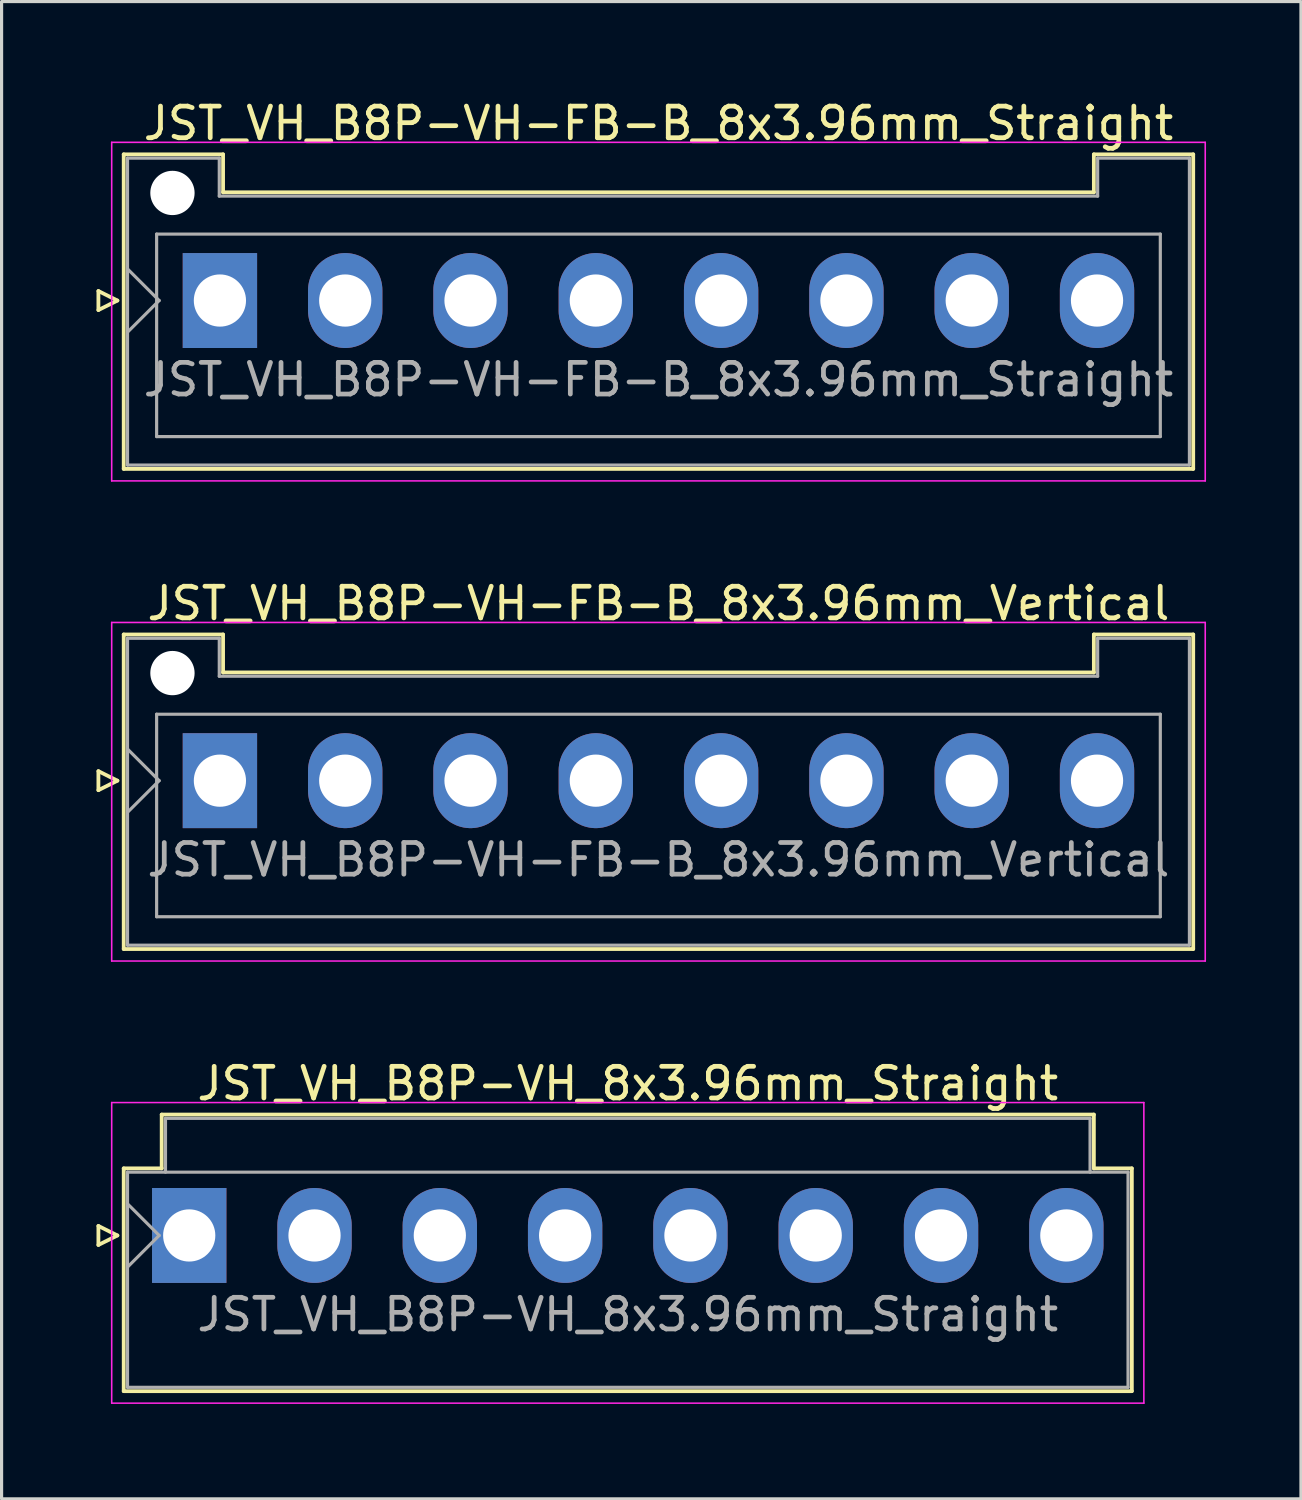
<source format=kicad_pcb>
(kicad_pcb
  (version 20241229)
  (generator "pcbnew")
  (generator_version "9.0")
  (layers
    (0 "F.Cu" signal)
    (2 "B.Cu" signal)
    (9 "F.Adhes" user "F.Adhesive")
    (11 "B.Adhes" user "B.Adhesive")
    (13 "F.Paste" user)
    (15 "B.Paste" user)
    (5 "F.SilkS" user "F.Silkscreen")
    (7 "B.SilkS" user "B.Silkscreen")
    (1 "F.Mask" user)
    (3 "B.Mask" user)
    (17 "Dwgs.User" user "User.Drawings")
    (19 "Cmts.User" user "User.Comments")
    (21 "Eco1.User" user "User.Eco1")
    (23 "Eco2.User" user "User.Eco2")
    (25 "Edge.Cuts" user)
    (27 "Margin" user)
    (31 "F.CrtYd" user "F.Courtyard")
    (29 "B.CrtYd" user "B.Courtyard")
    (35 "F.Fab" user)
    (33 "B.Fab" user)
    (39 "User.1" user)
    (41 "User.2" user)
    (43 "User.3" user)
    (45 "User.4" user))
  (footprint "JST_VH_B8P-VH_8x3.96mm_Straight"
    (layer "F.Cu")
    (at 2.93 35.995)
    (property "Reference" "JST_VH_B8P-VH_8x3.96mm_Straight" (at 13.86 -4.8 0) (layer "F.SilkS") (effects (font (size 1 1) (thickness 0.15))))
    (attr through_hole)
    (fp_line (start -2.87 -0.3) (end -2.27 0) (stroke (width 0.12) (type solid)) (layer "F.SilkS"))
    (fp_line (start -2.87 0.3) (end -2.87 -0.3) (stroke (width 0.12) (type solid)) (layer "F.SilkS"))
    (fp_line (start -2.27 0) (end -2.87 0.3) (stroke (width 0.12) (type solid)) (layer "F.SilkS"))
    (fp_line (start -2.07 -2.12) (end -0.87 -2.12) (stroke (width 0.12) (type solid)) (layer "F.SilkS"))
    (fp_line (start -2.07 4.92) (end -2.07 -2.12) (stroke (width 0.12) (type solid)) (layer "F.SilkS"))
    (fp_line (start -0.87 -3.82) (end 28.59 -3.82) (stroke (width 0.12) (type solid)) (layer "F.SilkS"))
    (fp_line (start -0.87 -2.12) (end -0.87 -3.82) (stroke (width 0.12) (type solid)) (layer "F.SilkS"))
    (fp_line (start 28.59 -3.82) (end 28.59 -2.12) (stroke (width 0.12) (type solid)) (layer "F.SilkS"))
    (fp_line (start 28.59 -2.12) (end 29.79 -2.12) (stroke (width 0.12) (type solid)) (layer "F.SilkS"))
    (fp_line (start 29.79 -2.12) (end 29.79 4.92) (stroke (width 0.12) (type solid)) (layer "F.SilkS"))
    (fp_line (start 29.79 4.92) (end -2.07 4.92) (stroke (width 0.12) (type solid)) (layer "F.SilkS"))
    (fp_line (start -2.45 -4.2) (end -2.45 5.3) (stroke (width 0.05) (type solid)) (layer "F.CrtYd"))
    (fp_line (start -2.45 5.3) (end 30.17 5.3) (stroke (width 0.05) (type solid)) (layer "F.CrtYd"))
    (fp_line (start 30.17 -4.2) (end -2.45 -4.2) (stroke (width 0.05) (type solid)) (layer "F.CrtYd"))
    (fp_line (start 30.17 5.3) (end 30.17 -4.2) (stroke (width 0.05) (type solid)) (layer "F.CrtYd"))
    (fp_line (start -1.95 -2) (end -1.95 4.8) (stroke (width 0.1) (type solid)) (layer "F.Fab"))
    (fp_line (start -1.95 -1) (end -0.95 0) (stroke (width 0.1) (type solid)) (layer "F.Fab"))
    (fp_line (start -1.95 1) (end -0.95 0) (stroke (width 0.1) (type solid)) (layer "F.Fab"))
    (fp_line (start -1.95 4.8) (end 29.67 4.8) (stroke (width 0.1) (type solid)) (layer "F.Fab"))
    (fp_line (start -0.75 -3.7) (end 28.47 -3.7) (stroke (width 0.1) (type solid)) (layer "F.Fab"))
    (fp_line (start -0.75 -2) (end -0.75 -3.7) (stroke (width 0.1) (type solid)) (layer "F.Fab"))
    (fp_line (start 28.47 -3.7) (end 28.47 -2) (stroke (width 0.1) (type solid)) (layer "F.Fab"))
    (fp_line (start 29.67 -2) (end -1.95 -2) (stroke (width 0.1) (type solid)) (layer "F.Fab"))
    (fp_line (start 29.67 4.8) (end 29.67 -2) (stroke (width 0.1) (type solid)) (layer "F.Fab"))
    (fp_text user "${REFERENCE}" (at 13.86 2.5 0) (layer "F.Fab") (effects (font (size 1 1) (thickness 0.15))))
    (pad "1" thru_hole rect (at 0 0) (size 2.35 3) (drill 1.65) (layers "*.Cu" "*.Mask"))
    (pad "2" thru_hole oval (at 3.96 0) (size 2.35 3) (drill 1.65) (layers "*.Cu" "*.Mask"))
    (pad "3" thru_hole oval (at 7.92 0) (size 2.35 3) (drill 1.65) (layers "*.Cu" "*.Mask"))
    (pad "4" thru_hole oval (at 11.88 0) (size 2.35 3) (drill 1.65) (layers "*.Cu" "*.Mask"))
    (pad "5" thru_hole oval (at 15.84 0) (size 2.35 3) (drill 1.65) (layers "*.Cu" "*.Mask"))
    (pad "6" thru_hole oval (at 19.8 0) (size 2.35 3) (drill 1.65) (layers "*.Cu" "*.Mask"))
    (pad "7" thru_hole oval (at 23.76 0) (size 2.35 3) (drill 1.65) (layers "*.Cu" "*.Mask"))
    (pad "8" thru_hole oval (at 27.72 0) (size 2.35 3) (drill 1.65) (layers "*.Cu" "*.Mask")))
  (footprint "JST_VH_B8P-VH-FB-B_8x3.96mm_Vertical"
    (layer "F.Cu")
    (at 3.9 21.622)
    (property "Reference" "JST_VH_B8P-VH-FB-B_8x3.96mm_Vertical" (at 13.86 -5.6 0) (layer "F.SilkS") (effects (font (size 1 1) (thickness 0.15))))
    (attr through_hole)
    (fp_line (start -3.84 -0.3) (end -3.24 0) (stroke (width 0.12) (type solid)) (layer "F.SilkS"))
    (fp_line (start -3.84 0.3) (end -3.84 -0.3) (stroke (width 0.12) (type solid)) (layer "F.SilkS"))
    (fp_line (start -3.24 0) (end -3.84 0.3) (stroke (width 0.12) (type solid)) (layer "F.SilkS"))
    (fp_line (start -3.04 -4.62) (end 0.1 -4.62) (stroke (width 0.12) (type solid)) (layer "F.SilkS"))
    (fp_line (start -3.04 5.32) (end -3.04 -4.62) (stroke (width 0.12) (type solid)) (layer "F.SilkS"))
    (fp_line (start 0.1 -4.62) (end 0.1 -3.42) (stroke (width 0.12) (type solid)) (layer "F.SilkS"))
    (fp_line (start 0.1 -3.42) (end 27.62 -3.42) (stroke (width 0.12) (type solid)) (layer "F.SilkS"))
    (fp_line (start 27.62 -4.62) (end 30.76 -4.62) (stroke (width 0.12) (type solid)) (layer "F.SilkS"))
    (fp_line (start 27.62 -3.42) (end 27.62 -4.62) (stroke (width 0.12) (type solid)) (layer "F.SilkS"))
    (fp_line (start 30.76 -4.62) (end 30.76 5.32) (stroke (width 0.12) (type solid)) (layer "F.SilkS"))
    (fp_line (start 30.76 5.32) (end -3.04 5.32) (stroke (width 0.12) (type solid)) (layer "F.SilkS"))
    (fp_line (start -3.42 -5) (end -3.42 5.7) (stroke (width 0.05) (type solid)) (layer "F.CrtYd"))
    (fp_line (start -3.42 5.7) (end 31.14 5.7) (stroke (width 0.05) (type solid)) (layer "F.CrtYd"))
    (fp_line (start 31.14 -5) (end -3.42 -5) (stroke (width 0.05) (type solid)) (layer "F.CrtYd"))
    (fp_line (start 31.14 5.7) (end 31.14 -5) (stroke (width 0.05) (type solid)) (layer "F.CrtYd"))
    (fp_line (start -2.92 -4.5) (end -0.02 -4.5) (stroke (width 0.1) (type solid)) (layer "F.Fab"))
    (fp_line (start -2.92 -1) (end -1.92 0) (stroke (width 0.1) (type solid)) (layer "F.Fab"))
    (fp_line (start -2.92 1) (end -1.92 0) (stroke (width 0.1) (type solid)) (layer "F.Fab"))
    (fp_line (start -2.92 5.2) (end -2.92 -4.5) (stroke (width 0.1) (type solid)) (layer "F.Fab"))
    (fp_line (start -2 -2.1) (end 29.72 -2.1) (stroke (width 0.1) (type solid)) (layer "F.Fab"))
    (fp_line (start -2 4.3) (end -2 -2.1) (stroke (width 0.1) (type solid)) (layer "F.Fab"))
    (fp_line (start -0.02 -4.5) (end -0.02 -3.3) (stroke (width 0.1) (type solid)) (layer "F.Fab"))
    (fp_line (start -0.02 -3.3) (end 27.74 -3.3) (stroke (width 0.1) (type solid)) (layer "F.Fab"))
    (fp_line (start 27.74 -4.5) (end 30.64 -4.5) (stroke (width 0.1) (type solid)) (layer "F.Fab"))
    (fp_line (start 27.74 -3.3) (end 27.74 -4.5) (stroke (width 0.1) (type solid)) (layer "F.Fab"))
    (fp_line (start 29.72 -2.1) (end 29.72 4.3) (stroke (width 0.1) (type solid)) (layer "F.Fab"))
    (fp_line (start 29.72 4.3) (end -2 4.3) (stroke (width 0.1) (type solid)) (layer "F.Fab"))
    (fp_line (start 30.64 -4.5) (end 30.64 5.2) (stroke (width 0.1) (type solid)) (layer "F.Fab"))
    (fp_line (start 30.64 5.2) (end -2.92 5.2) (stroke (width 0.1) (type solid)) (layer "F.Fab"))
    (fp_text user "${REFERENCE}" (at 13.86 2.5 0) (layer "F.Fab") (effects (font (size 1 1) (thickness 0.15))))
    (pad "" np_thru_hole circle (at -1.5 -3.4) (size 1.4 1.4) (drill 1.4) (layers "*.Cu" "*.Mask"))
    (pad "1" thru_hole rect (at 0 0) (size 2.35 3) (drill 1.65) (layers "*.Cu" "*.Mask"))
    (pad "2" thru_hole oval (at 3.96 0) (size 2.35 3) (drill 1.65) (layers "*.Cu" "*.Mask"))
    (pad "3" thru_hole oval (at 7.92 0) (size 2.35 3) (drill 1.65) (layers "*.Cu" "*.Mask"))
    (pad "4" thru_hole oval (at 11.88 0) (size 2.35 3) (drill 1.65) (layers "*.Cu" "*.Mask"))
    (pad "5" thru_hole oval (at 15.84 0) (size 2.35 3) (drill 1.65) (layers "*.Cu" "*.Mask"))
    (pad "6" thru_hole oval (at 19.8 0) (size 2.35 3) (drill 1.65) (layers "*.Cu" "*.Mask"))
    (pad "7" thru_hole oval (at 23.76 0) (size 2.35 3) (drill 1.65) (layers "*.Cu" "*.Mask"))
    (pad "8" thru_hole oval (at 27.72 0) (size 2.35 3) (drill 1.65) (layers "*.Cu" "*.Mask")))
  (footprint "JST_VH_B8P-VH-FB-B_8x3.96mm_Straight"
    (layer "F.Cu")
    (at 3.9 6.448)
    (property "Reference" "JST_VH_B8P-VH-FB-B_8x3.96mm_Straight" (at 13.86 -5.6 0) (layer "F.SilkS") (effects (font (size 1 1) (thickness 0.15))))
    (attr through_hole)
    (fp_line (start -3.84 -0.3) (end -3.24 0) (stroke (width 0.12) (type solid)) (layer "F.SilkS"))
    (fp_line (start -3.84 0.3) (end -3.84 -0.3) (stroke (width 0.12) (type solid)) (layer "F.SilkS"))
    (fp_line (start -3.24 0) (end -3.84 0.3) (stroke (width 0.12) (type solid)) (layer "F.SilkS"))
    (fp_line (start -3.04 -4.62) (end 0.1 -4.62) (stroke (width 0.12) (type solid)) (layer "F.SilkS"))
    (fp_line (start -3.04 5.32) (end -3.04 -4.62) (stroke (width 0.12) (type solid)) (layer "F.SilkS"))
    (fp_line (start 0.1 -4.62) (end 0.1 -3.42) (stroke (width 0.12) (type solid)) (layer "F.SilkS"))
    (fp_line (start 0.1 -3.42) (end 27.62 -3.42) (stroke (width 0.12) (type solid)) (layer "F.SilkS"))
    (fp_line (start 27.62 -4.62) (end 30.76 -4.62) (stroke (width 0.12) (type solid)) (layer "F.SilkS"))
    (fp_line (start 27.62 -3.42) (end 27.62 -4.62) (stroke (width 0.12) (type solid)) (layer "F.SilkS"))
    (fp_line (start 30.76 -4.62) (end 30.76 5.32) (stroke (width 0.12) (type solid)) (layer "F.SilkS"))
    (fp_line (start 30.76 5.32) (end -3.04 5.32) (stroke (width 0.12) (type solid)) (layer "F.SilkS"))
    (fp_line (start -3.42 -5) (end -3.42 5.7) (stroke (width 0.05) (type solid)) (layer "F.CrtYd"))
    (fp_line (start -3.42 5.7) (end 31.14 5.7) (stroke (width 0.05) (type solid)) (layer "F.CrtYd"))
    (fp_line (start 31.14 -5) (end -3.42 -5) (stroke (width 0.05) (type solid)) (layer "F.CrtYd"))
    (fp_line (start 31.14 5.7) (end 31.14 -5) (stroke (width 0.05) (type solid)) (layer "F.CrtYd"))
    (fp_line (start -2.92 -4.5) (end -0.02 -4.5) (stroke (width 0.1) (type solid)) (layer "F.Fab"))
    (fp_line (start -2.92 -1) (end -1.92 0) (stroke (width 0.1) (type solid)) (layer "F.Fab"))
    (fp_line (start -2.92 1) (end -1.92 0) (stroke (width 0.1) (type solid)) (layer "F.Fab"))
    (fp_line (start -2.92 5.2) (end -2.92 -4.5) (stroke (width 0.1) (type solid)) (layer "F.Fab"))
    (fp_line (start -2 -2.1) (end 29.72 -2.1) (stroke (width 0.1) (type solid)) (layer "F.Fab"))
    (fp_line (start -2 4.3) (end -2 -2.1) (stroke (width 0.1) (type solid)) (layer "F.Fab"))
    (fp_line (start -0.02 -4.5) (end -0.02 -3.3) (stroke (width 0.1) (type solid)) (layer "F.Fab"))
    (fp_line (start -0.02 -3.3) (end 27.74 -3.3) (stroke (width 0.1) (type solid)) (layer "F.Fab"))
    (fp_line (start 27.74 -4.5) (end 30.64 -4.5) (stroke (width 0.1) (type solid)) (layer "F.Fab"))
    (fp_line (start 27.74 -3.3) (end 27.74 -4.5) (stroke (width 0.1) (type solid)) (layer "F.Fab"))
    (fp_line (start 29.72 -2.1) (end 29.72 4.3) (stroke (width 0.1) (type solid)) (layer "F.Fab"))
    (fp_line (start 29.72 4.3) (end -2 4.3) (stroke (width 0.1) (type solid)) (layer "F.Fab"))
    (fp_line (start 30.64 -4.5) (end 30.64 5.2) (stroke (width 0.1) (type solid)) (layer "F.Fab"))
    (fp_line (start 30.64 5.2) (end -2.92 5.2) (stroke (width 0.1) (type solid)) (layer "F.Fab"))
    (fp_text user "${REFERENCE}" (at 13.86 2.5 0) (layer "F.Fab") (effects (font (size 1 1) (thickness 0.15))))
    (pad "" np_thru_hole circle (at -1.5 -3.4) (size 1.4 1.4) (drill 1.4) (layers "*.Cu" "*.Mask"))
    (pad "1" thru_hole rect (at 0 0) (size 2.35 3) (drill 1.65) (layers "*.Cu" "*.Mask"))
    (pad "2" thru_hole oval (at 3.96 0) (size 2.35 3) (drill 1.65) (layers "*.Cu" "*.Mask"))
    (pad "3" thru_hole oval (at 7.92 0) (size 2.35 3) (drill 1.65) (layers "*.Cu" "*.Mask"))
    (pad "4" thru_hole oval (at 11.88 0) (size 2.35 3) (drill 1.65) (layers "*.Cu" "*.Mask"))
    (pad "5" thru_hole oval (at 15.84 0) (size 2.35 3) (drill 1.65) (layers "*.Cu" "*.Mask"))
    (pad "6" thru_hole oval (at 19.8 0) (size 2.35 3) (drill 1.65) (layers "*.Cu" "*.Mask"))
    (pad "7" thru_hole oval (at 23.76 0) (size 2.35 3) (drill 1.65) (layers "*.Cu" "*.Mask"))
    (pad "8" thru_hole oval (at 27.72 0) (size 2.35 3) (drill 1.65) (layers "*.Cu" "*.Mask")))
  (gr_rect
    (start -3 -3)
    (end 38.065 44.32)
    (stroke (width 0.1) (type default))
    (fill no)
    (layer "Edge.Cuts")))
</source>
